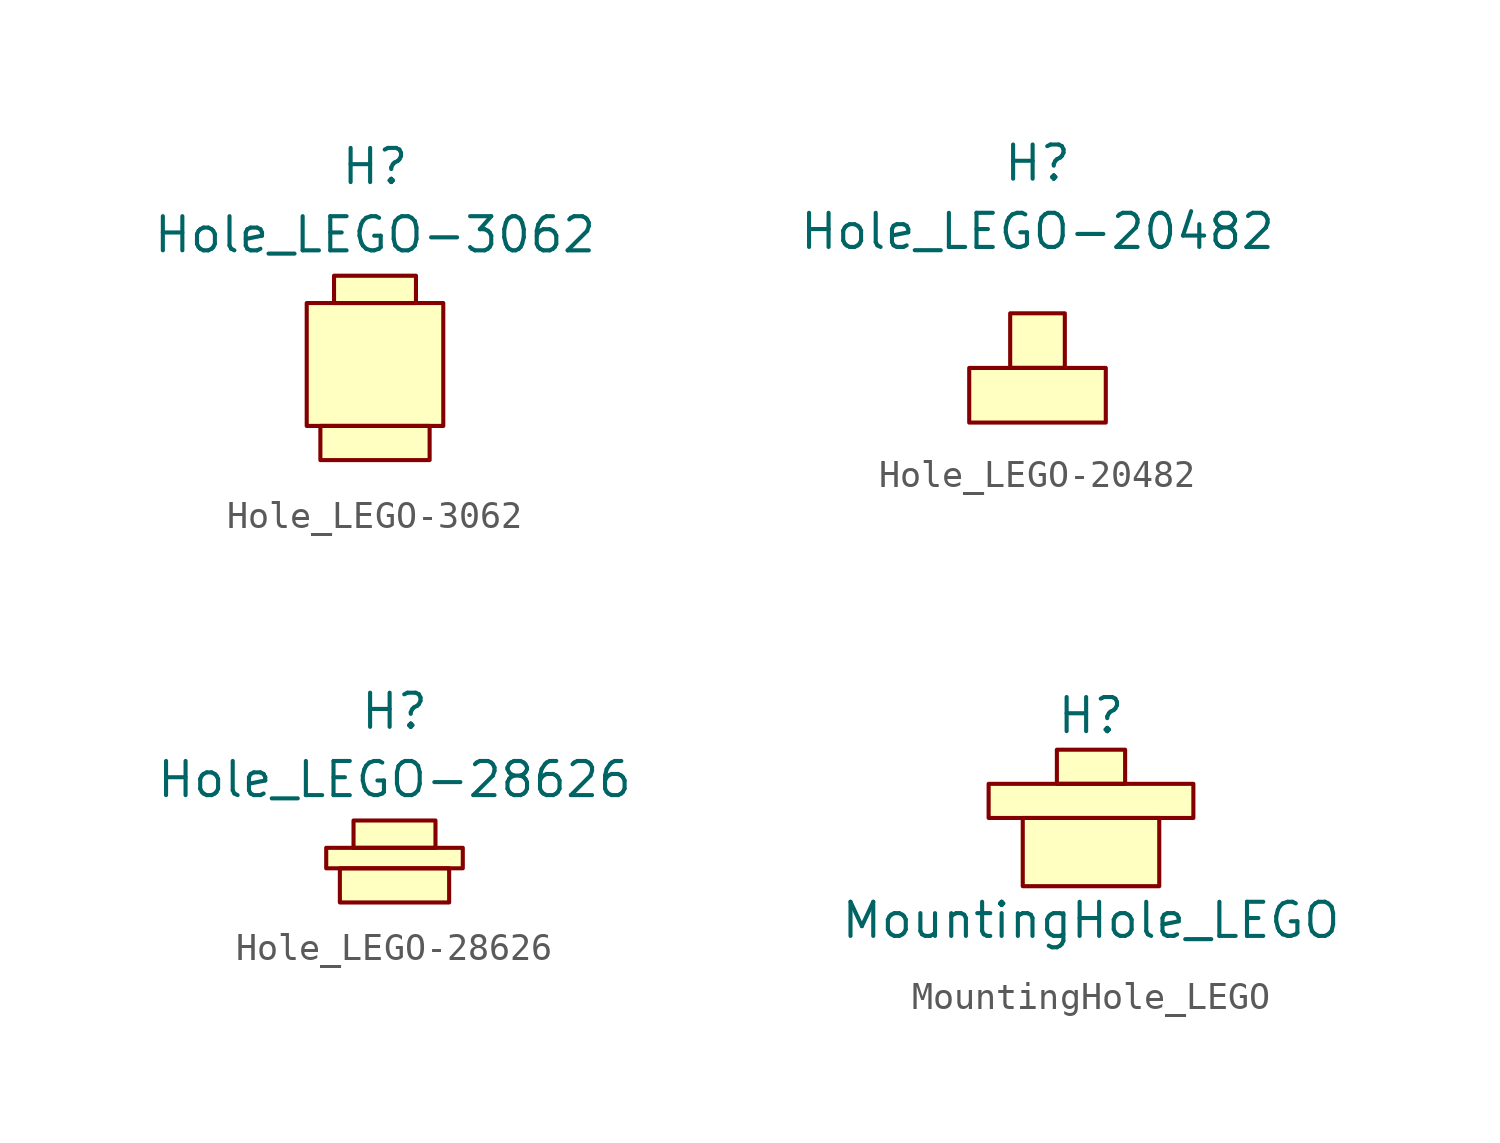
<source format=kicad_sym>
(kicad_symbol_lib
  (version 20211014)
  (generator kicad_symbol_editor)
  (symbol "Hole_LEGO-3062"
    (pin_names
      (offset 1.016))
    (property "Reference" "H"
      (at 0 5.08 0)
      (effects (font (size 1.27 1.27))))
    (property "Value" "Hole_LEGO-3062"
      (at 0 2.54 0)
      (effects (font (size 1.27 1.27))))
    (symbol "Hole_LEGO-3062_0_1"
      (rectangle (start -2.54 0) (end 2.54 -4.572) (stroke (width 0) (type default) (color 0 0 0 0)) (fill (type background)))
      (rectangle (start -2.032 -4.572) (end 2.032 -5.842) (stroke (width 0) (type default) (color 0 0 0 0)) (fill (type background)))
      (rectangle (start -1.524 1.016) (end 1.524 0) (stroke (width 0) (type default) (color 0 0 0 0)) (fill (type background)))))
  (symbol "Hole_LEGO-20482"
    (pin_names
      (offset 1.016))
    (property "Reference" "H"
      (at 0 7.62 0)
      (effects (font (size 1.27 1.27))))
    (property "Value" "Hole_LEGO-20482"
      (at 0 5.08 0)
      (effects (font (size 1.27 1.27))))
    (symbol "Hole_LEGO-20482_0_1"
      (rectangle (start -2.54 0) (end 2.54 -2.032) (stroke (width 0) (type default) (color 0 0 0 0)) (fill (type background)))
      (rectangle (start -1.016 2.032) (end 1.016 0) (stroke (width 0) (type default) (color 0 0 0 0)) (fill (type background)))))
  (symbol "Hole_LEGO-28626"
    (pin_names
      (offset 1.016))
    (property "Reference" "H"
      (at 0 5.08 0)
      (effects (font (size 1.27 1.27))))
    (property "Value" "Hole_LEGO-28626"
      (at 0 2.54 0)
      (effects (font (size 1.27 1.27))))
    (symbol "Hole_LEGO-28626_0_1"
      (rectangle (start -2.54 0) (end 2.54 -0.762) (stroke (width 0) (type default) (color 0 0 0 0)) (fill (type background)))
      (rectangle (start -2.032 -0.762) (end 2.032 -2.032) (stroke (width 0) (type default) (color 0 0 0 0)) (fill (type background)))
      (rectangle (start -1.524 1.016) (end 1.524 0) (stroke (width 0) (type default) (color 0 0 0 0)) (fill (type background)))))
  (symbol "MountingHole_LEGO"
    (pin_names
      (offset 1.016))
    (property "Reference" "H"
      (at 0 5.08 0)
      (effects (font (size 1.27 1.27))))
    (property "Value" "MountingHole_LEGO"
      (at 0 -2.54 0)
      (effects (font (size 1.27 1.27))))
    (symbol "MountingHole_LEGO_0_1"
      (rectangle (start -3.81 2.54) (end 3.81 1.27) (stroke (width 0) (type default) (color 0 0 0 0)) (fill (type background)))
      (rectangle (start -2.54 1.27) (end 2.54 -1.27) (stroke (width 0) (type default) (color 0 0 0 0)) (fill (type background)))
      (rectangle (start -1.27 3.81) (end 1.27 2.54) (stroke (width 0) (type default) (color 0 0 0 0)) (fill (type background))))))
</source>
